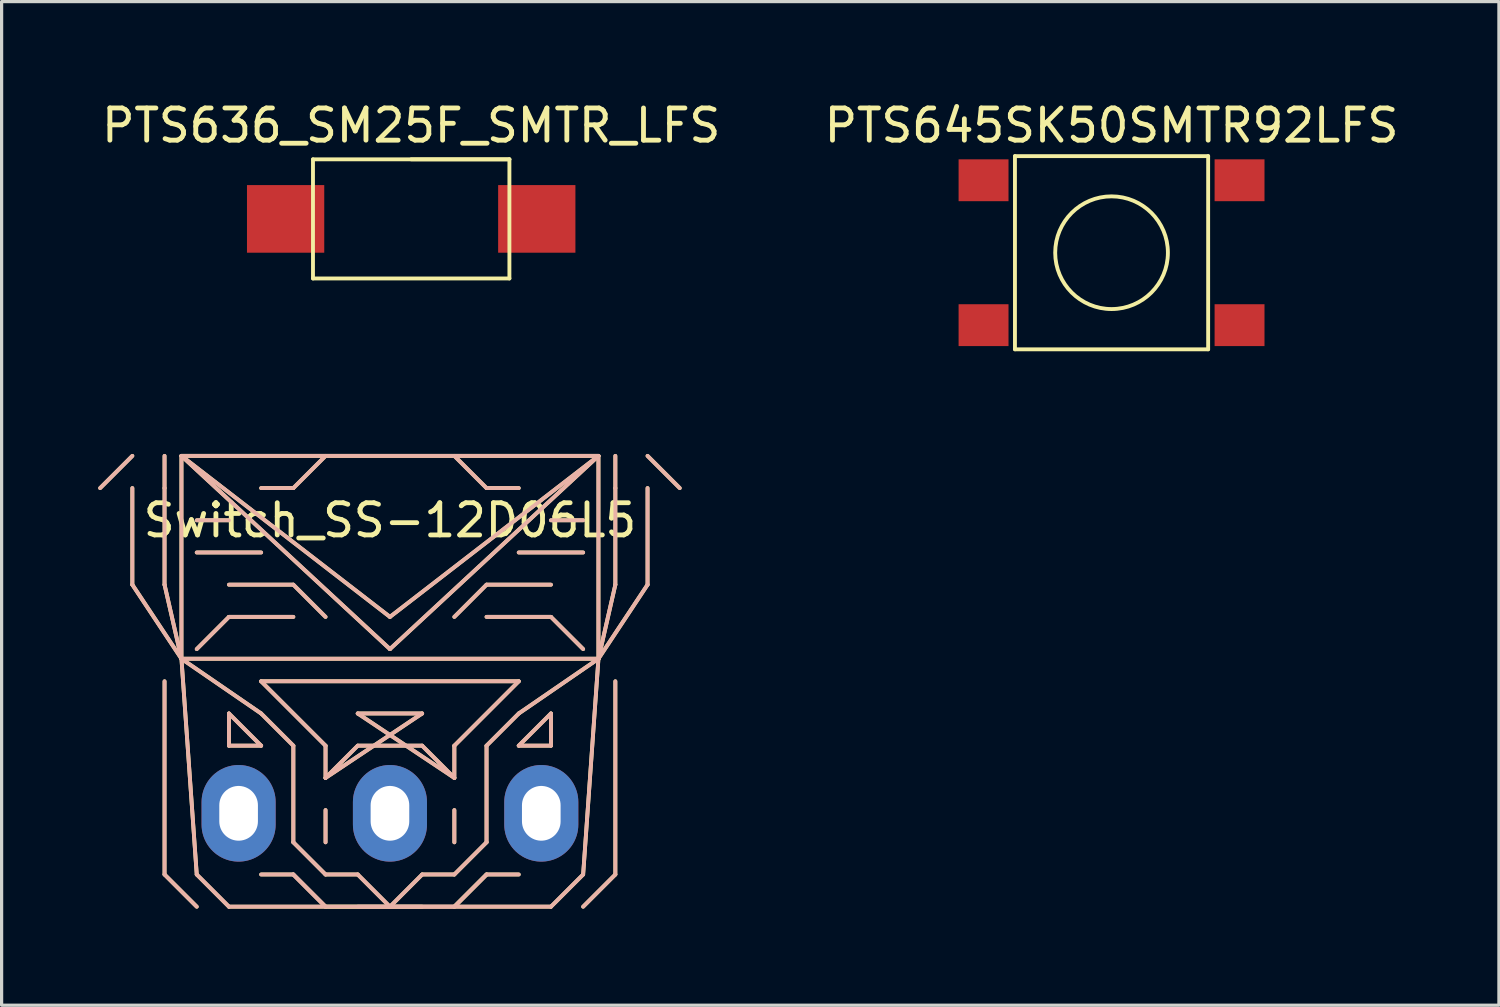
<source format=kicad_pcb>
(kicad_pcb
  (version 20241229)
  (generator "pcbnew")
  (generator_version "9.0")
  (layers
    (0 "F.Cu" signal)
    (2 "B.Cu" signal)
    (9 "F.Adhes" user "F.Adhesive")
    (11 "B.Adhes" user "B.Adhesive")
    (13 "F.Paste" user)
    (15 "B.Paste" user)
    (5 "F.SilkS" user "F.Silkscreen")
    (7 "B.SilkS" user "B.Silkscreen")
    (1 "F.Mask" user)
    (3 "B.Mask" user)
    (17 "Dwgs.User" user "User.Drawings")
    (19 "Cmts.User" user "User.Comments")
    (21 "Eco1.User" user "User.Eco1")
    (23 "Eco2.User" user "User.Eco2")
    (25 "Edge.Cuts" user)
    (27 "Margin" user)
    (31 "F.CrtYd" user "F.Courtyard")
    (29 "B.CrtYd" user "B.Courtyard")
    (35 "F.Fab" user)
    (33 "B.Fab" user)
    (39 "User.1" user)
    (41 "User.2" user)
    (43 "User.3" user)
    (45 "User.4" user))
  (footprint "PTS636_SM25F_SMTR_LFS"
    (layer "F.Cu")
    (at 5.82 3.748)
    (property "Reference" "PTS636_SM25F_SMTR_LFS" (at 3.9 -2.9 0) (layer "F.SilkS") (effects (font (size 1 1) (thickness 0.15))))
    (attr through_hole)
    (fp_line (start 0.85 -1.85) (end 6.95 -1.85) (stroke (width 0.12) (type solid)) (layer "F.SilkS"))
    (fp_line (start 0.85 1.85) (end 0.85 -1.85) (stroke (width 0.12) (type solid)) (layer "F.SilkS"))
    (fp_line (start 3.9 -1.85) (end 6.95 -1.85) (stroke (width 0.12) (type solid)) (layer "F.SilkS"))
    (fp_line (start 6.95 -1.85) (end 6.95 1.85) (stroke (width 0.12) (type solid)) (layer "F.SilkS"))
    (fp_line (start 6.95 1.85) (end 0.85 1.85) (stroke (width 0.12) (type solid)) (layer "F.SilkS"))
    (pad "1" smd rect (at 0 0 90) (size 2.1 2.4) (layers "F.Cu" "F.Mask" "F.Paste"))
    (pad "2" smd rect (at 7.8 0 90) (size 2.1 2.4) (layers "F.Cu" "F.Mask" "F.Paste")))
  (footprint "Switch_SS-12D06L5"
    (layer "F.Cu")
    (at 9.06 11.108)
    (property "Reference" "Switch_SS-12D06L5" (at 0 2 0) (layer "F.SilkS") (effects (font (size 1 1) (thickness 0.15))))
    (attr through_hole)
    (fp_line (start -9 1) (end -8 0) (stroke (width 0.12) (type solid)) (layer "F.SilkS"))
    (fp_line (start -8 1) (end -8 4) (stroke (width 0.12) (type solid)) (layer "F.SilkS"))
    (fp_line (start -8 4) (end -6.475 6.3) (stroke (width 0.12) (type solid)) (layer "F.SilkS"))
    (fp_line (start -7 1) (end -7 0) (stroke (width 0.12) (type solid)) (layer "F.SilkS"))
    (fp_line (start -7 4) (end -7 1) (stroke (width 0.12) (type solid)) (layer "F.SilkS"))
    (fp_line (start -7 4) (end -6.475 6.3) (stroke (width 0.12) (type solid)) (layer "F.SilkS"))
    (fp_line (start -7 7) (end -7 13) (stroke (width 0.12) (type solid)) (layer "F.SilkS"))
    (fp_line (start -7 13) (end -6 14) (stroke (width 0.12) (type solid)) (layer "F.SilkS"))
    (fp_line (start -6.475 0) (end -6.475 6.3) (stroke (width 0.12) (type solid)) (layer "F.SilkS"))
    (fp_line (start -6.475 0) (end 0 6) (stroke (width 0.12) (type solid)) (layer "F.SilkS"))
    (fp_line (start -6.475 0) (end 6.475 0) (stroke (width 0.12) (type solid)) (layer "F.SilkS"))
    (fp_line (start -6.475 6.3) (end -6 13) (stroke (width 0.12) (type solid)) (layer "F.SilkS"))
    (fp_line (start -6 13) (end -5 14) (stroke (width 0.12) (type solid)) (layer "F.SilkS"))
    (fp_line (start -5 2) (end -6 2) (stroke (width 0.12) (type solid)) (layer "F.SilkS"))
    (fp_line (start -5 5) (end -6 6) (stroke (width 0.12) (type solid)) (layer "F.SilkS"))
    (fp_line (start -5 8) (end -5 9) (stroke (width 0.12) (type solid)) (layer "F.SilkS"))
    (fp_line (start -5 14) (end 0 14) (stroke (width 0.12) (type solid)) (layer "F.SilkS"))
    (fp_line (start -4 1) (end -3 1) (stroke (width 0.12) (type solid)) (layer "F.SilkS"))
    (fp_line (start -4 3) (end -6 3) (stroke (width 0.12) (type solid)) (layer "F.SilkS"))
    (fp_line (start -4 7) (end -2 9) (stroke (width 0.12) (type solid)) (layer "F.SilkS"))
    (fp_line (start -4 8) (end -6.475 6.3) (stroke (width 0.12) (type solid)) (layer "F.SilkS"))
    (fp_line (start -4 9) (end -5 8) (stroke (width 0.12) (type solid)) (layer "F.SilkS"))
    (fp_line (start -4 9) (end -5 9) (stroke (width 0.12) (type solid)) (layer "F.SilkS"))
    (fp_line (start -4 13) (end -3 13) (stroke (width 0.12) (type solid)) (layer "F.SilkS"))
    (fp_line (start -3 1) (end -2 0) (stroke (width 0.12) (type solid)) (layer "F.SilkS"))
    (fp_line (start -3 4) (end -5 4) (stroke (width 0.12) (type solid)) (layer "F.SilkS"))
    (fp_line (start -3 5) (end -5 5) (stroke (width 0.12) (type solid)) (layer "F.SilkS"))
    (fp_line (start -3 9) (end -4 8) (stroke (width 0.12) (type solid)) (layer "F.SilkS"))
    (fp_line (start -3 12) (end -3 9) (stroke (width 0.12) (type solid)) (layer "F.SilkS"))
    (fp_line (start -3 13) (end -2 14) (stroke (width 0.12) (type solid)) (layer "F.SilkS"))
    (fp_line (start -2 5) (end -3 4) (stroke (width 0.12) (type solid)) (layer "F.SilkS"))
    (fp_line (start -2 9) (end -2 10) (stroke (width 0.12) (type solid)) (layer "F.SilkS"))
    (fp_line (start -2 10) (end -1 9) (stroke (width 0.12) (type solid)) (layer "F.SilkS"))
    (fp_line (start -2 10) (end 1 8) (stroke (width 0.12) (type solid)) (layer "F.SilkS"))
    (fp_line (start -2 11) (end -2 12) (stroke (width 0.12) (type solid)) (layer "F.SilkS"))
    (fp_line (start -2 13) (end -3 12) (stroke (width 0.12) (type solid)) (layer "F.SilkS"))
    (fp_line (start -2 14) (end 1 14) (stroke (width 0.12) (type solid)) (layer "F.SilkS"))
    (fp_line (start -1 8) (end 2 10) (stroke (width 0.12) (type solid)) (layer "F.SilkS"))
    (fp_line (start -1 9) (end 1 9) (stroke (width 0.12) (type solid)) (layer "F.SilkS"))
    (fp_line (start -1 13) (end -2 13) (stroke (width 0.12) (type solid)) (layer "F.SilkS"))
    (fp_line (start 0 5) (end -6.475 0) (stroke (width 0.12) (type solid)) (layer "F.SilkS"))
    (fp_line (start 0 6) (end 6.475 0) (stroke (width 0.12) (type solid)) (layer "F.SilkS"))
    (fp_line (start 0 14) (end -1 13) (stroke (width 0.12) (type solid)) (layer "F.SilkS"))
    (fp_line (start 0 14) (end 1 13) (stroke (width 0.12) (type solid)) (layer "F.SilkS"))
    (fp_line (start 1 8) (end -1 8) (stroke (width 0.12) (type solid)) (layer "F.SilkS"))
    (fp_line (start 1 9) (end 2 10) (stroke (width 0.12) (type solid)) (layer "F.SilkS"))
    (fp_line (start 1 13) (end 2 13) (stroke (width 0.12) (type solid)) (layer "F.SilkS"))
    (fp_line (start 2 5) (end 3 4) (stroke (width 0.12) (type solid)) (layer "F.SilkS"))
    (fp_line (start 2 9) (end 4 7) (stroke (width 0.12) (type solid)) (layer "F.SilkS"))
    (fp_line (start 2 10) (end 2 9) (stroke (width 0.12) (type solid)) (layer "F.SilkS"))
    (fp_line (start 2 11) (end 2 12) (stroke (width 0.12) (type solid)) (layer "F.SilkS"))
    (fp_line (start 2 13) (end 3 12) (stroke (width 0.12) (type solid)) (layer "F.SilkS"))
    (fp_line (start 2 14) (end 3 13) (stroke (width 0.12) (type solid)) (layer "F.SilkS"))
    (fp_line (start 3 1) (end 2 0) (stroke (width 0.12) (type solid)) (layer "F.SilkS"))
    (fp_line (start 3 4) (end 5 4) (stroke (width 0.12) (type solid)) (layer "F.SilkS"))
    (fp_line (start 3 5) (end 5 5) (stroke (width 0.12) (type solid)) (layer "F.SilkS"))
    (fp_line (start 3 9) (end 4 8) (stroke (width 0.12) (type solid)) (layer "F.SilkS"))
    (fp_line (start 3 12) (end 3 9) (stroke (width 0.12) (type solid)) (layer "F.SilkS"))
    (fp_line (start 3 13) (end 2 14) (stroke (width 0.12) (type solid)) (layer "F.SilkS"))
    (fp_line (start 4 1) (end 3 1) (stroke (width 0.12) (type solid)) (layer "F.SilkS"))
    (fp_line (start 4 3) (end 6 3) (stroke (width 0.12) (type solid)) (layer "F.SilkS"))
    (fp_line (start 4 7) (end -4 7) (stroke (width 0.12) (type solid)) (layer "F.SilkS"))
    (fp_line (start 4 8) (end 6.475 6.3) (stroke (width 0.12) (type solid)) (layer "F.SilkS"))
    (fp_line (start 4 9) (end 5 9) (stroke (width 0.12) (type solid)) (layer "F.SilkS"))
    (fp_line (start 4 13) (end 3 13) (stroke (width 0.12) (type solid)) (layer "F.SilkS"))
    (fp_line (start 5 2) (end 6 2) (stroke (width 0.12) (type solid)) (layer "F.SilkS"))
    (fp_line (start 5 5) (end 6 6) (stroke (width 0.12) (type solid)) (layer "F.SilkS"))
    (fp_line (start 5 8) (end 4 9) (stroke (width 0.12) (type solid)) (layer "F.SilkS"))
    (fp_line (start 5 9) (end 5 8) (stroke (width 0.12) (type solid)) (layer "F.SilkS"))
    (fp_line (start 5 14) (end 0 14) (stroke (width 0.12) (type solid)) (layer "F.SilkS"))
    (fp_line (start 6 13) (end 5 14) (stroke (width 0.12) (type solid)) (layer "F.SilkS"))
    (fp_line (start 6 14) (end 7 13) (stroke (width 0.12) (type solid)) (layer "F.SilkS"))
    (fp_line (start 6.475 0) (end 0 5) (stroke (width 0.12) (type solid)) (layer "F.SilkS"))
    (fp_line (start 6.475 0) (end 6.475 6.3) (stroke (width 0.12) (type solid)) (layer "F.SilkS"))
    (fp_line (start 6.475 6.3) (end -6.475 6.3) (stroke (width 0.12) (type solid)) (layer "F.SilkS"))
    (fp_line (start 6.475 6.3) (end 6 13) (stroke (width 0.12) (type solid)) (layer "F.SilkS"))
    (fp_line (start 7 0) (end 7 1) (stroke (width 0.12) (type solid)) (layer "F.SilkS"))
    (fp_line (start 7 1) (end 7 4) (stroke (width 0.12) (type solid)) (layer "F.SilkS"))
    (fp_line (start 7 4) (end 6.475 6.3) (stroke (width 0.12) (type solid)) (layer "F.SilkS"))
    (fp_line (start 7 7) (end 7 13) (stroke (width 0.12) (type solid)) (layer "F.SilkS"))
    (fp_line (start 8 1) (end 8 4) (stroke (width 0.12) (type solid)) (layer "F.SilkS"))
    (fp_line (start 8 4) (end 6.475 6.3) (stroke (width 0.12) (type solid)) (layer "F.SilkS"))
    (fp_line (start 9 1) (end 8 0) (stroke (width 0.12) (type solid)) (layer "F.SilkS"))
    (fp_line (start -9 1) (end -8 0) (stroke (width 0.12) (type solid)) (layer "B.SilkS"))
    (fp_line (start -8 1) (end -8 4) (stroke (width 0.12) (type solid)) (layer "B.SilkS"))
    (fp_line (start -8 4) (end -6.475 6.3) (stroke (width 0.12) (type solid)) (layer "B.SilkS"))
    (fp_line (start -7 0) (end -7 1) (stroke (width 0.12) (type solid)) (layer "B.SilkS"))
    (fp_line (start -7 1) (end -7 4) (stroke (width 0.12) (type solid)) (layer "B.SilkS"))
    (fp_line (start -7 4) (end -6.475 6.3) (stroke (width 0.12) (type solid)) (layer "B.SilkS"))
    (fp_line (start -7 7) (end -7 13) (stroke (width 0.12) (type solid)) (layer "B.SilkS"))
    (fp_line (start -6.475 0) (end -6.475 6.3) (stroke (width 0.12) (type solid)) (layer "B.SilkS"))
    (fp_line (start -6.475 0) (end 0 5) (stroke (width 0.12) (type solid)) (layer "B.SilkS"))
    (fp_line (start -6.475 6.3) (end -6 13) (stroke (width 0.12) (type solid)) (layer "B.SilkS"))
    (fp_line (start -6.475 6.3) (end 6.475 6.3) (stroke (width 0.12) (type solid)) (layer "B.SilkS"))
    (fp_line (start -6 13) (end -5 14) (stroke (width 0.12) (type solid)) (layer "B.SilkS"))
    (fp_line (start -6 14) (end -7 13) (stroke (width 0.12) (type solid)) (layer "B.SilkS"))
    (fp_line (start -5 2) (end -6 2) (stroke (width 0.12) (type solid)) (layer "B.SilkS"))
    (fp_line (start -5 5) (end -6 6) (stroke (width 0.12) (type solid)) (layer "B.SilkS"))
    (fp_line (start -5 8) (end -4 9) (stroke (width 0.12) (type solid)) (layer "B.SilkS"))
    (fp_line (start -5 9) (end -5 8) (stroke (width 0.12) (type solid)) (layer "B.SilkS"))
    (fp_line (start -5 14) (end 0 14) (stroke (width 0.12) (type solid)) (layer "B.SilkS"))
    (fp_line (start -4 1) (end -3 1) (stroke (width 0.12) (type solid)) (layer "B.SilkS"))
    (fp_line (start -4 3) (end -6 3) (stroke (width 0.12) (type solid)) (layer "B.SilkS"))
    (fp_line (start -4 7) (end 4 7) (stroke (width 0.12) (type solid)) (layer "B.SilkS"))
    (fp_line (start -4 8) (end -6.475 6.3) (stroke (width 0.12) (type solid)) (layer "B.SilkS"))
    (fp_line (start -4 9) (end -5 9) (stroke (width 0.12) (type solid)) (layer "B.SilkS"))
    (fp_line (start -4 13) (end -3 13) (stroke (width 0.12) (type solid)) (layer "B.SilkS"))
    (fp_line (start -3 1) (end -2 0) (stroke (width 0.12) (type solid)) (layer "B.SilkS"))
    (fp_line (start -3 4) (end -5 4) (stroke (width 0.12) (type solid)) (layer "B.SilkS"))
    (fp_line (start -3 5) (end -5 5) (stroke (width 0.12) (type solid)) (layer "B.SilkS"))
    (fp_line (start -3 9) (end -4 8) (stroke (width 0.12) (type solid)) (layer "B.SilkS"))
    (fp_line (start -3 12) (end -3 9) (stroke (width 0.12) (type solid)) (layer "B.SilkS"))
    (fp_line (start -3 13) (end -2 14) (stroke (width 0.12) (type solid)) (layer "B.SilkS"))
    (fp_line (start -2 5) (end -3 4) (stroke (width 0.12) (type solid)) (layer "B.SilkS"))
    (fp_line (start -2 9) (end -4 7) (stroke (width 0.12) (type solid)) (layer "B.SilkS"))
    (fp_line (start -2 10) (end -2 9) (stroke (width 0.12) (type solid)) (layer "B.SilkS"))
    (fp_line (start -2 11) (end -2 12) (stroke (width 0.12) (type solid)) (layer "B.SilkS"))
    (fp_line (start -2 13) (end -3 12) (stroke (width 0.12) (type solid)) (layer "B.SilkS"))
    (fp_line (start -2 14) (end -3 13) (stroke (width 0.12) (type solid)) (layer "B.SilkS"))
    (fp_line (start -1 8) (end 1 8) (stroke (width 0.12) (type solid)) (layer "B.SilkS"))
    (fp_line (start -1 9) (end -2 10) (stroke (width 0.12) (type solid)) (layer "B.SilkS"))
    (fp_line (start -1 13) (end -2 13) (stroke (width 0.12) (type solid)) (layer "B.SilkS"))
    (fp_line (start 0 5) (end 6.475 0) (stroke (width 0.12) (type solid)) (layer "B.SilkS"))
    (fp_line (start 0 6) (end -6.475 0) (stroke (width 0.12) (type solid)) (layer "B.SilkS"))
    (fp_line (start 0 14) (end -1 13) (stroke (width 0.12) (type solid)) (layer "B.SilkS"))
    (fp_line (start 0 14) (end 1 13) (stroke (width 0.12) (type solid)) (layer "B.SilkS"))
    (fp_line (start 1 8) (end -2 10) (stroke (width 0.12) (type solid)) (layer "B.SilkS"))
    (fp_line (start 1 9) (end -1 9) (stroke (width 0.12) (type solid)) (layer "B.SilkS"))
    (fp_line (start 1 13) (end 2 13) (stroke (width 0.12) (type solid)) (layer "B.SilkS"))
    (fp_line (start 2 5) (end 3 4) (stroke (width 0.12) (type solid)) (layer "B.SilkS"))
    (fp_line (start 2 9) (end 2 10) (stroke (width 0.12) (type solid)) (layer "B.SilkS"))
    (fp_line (start 2 10) (end -1 8) (stroke (width 0.12) (type solid)) (layer "B.SilkS"))
    (fp_line (start 2 10) (end 1 9) (stroke (width 0.12) (type solid)) (layer "B.SilkS"))
    (fp_line (start 2 11) (end 2 12) (stroke (width 0.12) (type solid)) (layer "B.SilkS"))
    (fp_line (start 2 13) (end 3 12) (stroke (width 0.12) (type solid)) (layer "B.SilkS"))
    (fp_line (start 2 14) (end -1 14) (stroke (width 0.12) (type solid)) (layer "B.SilkS"))
    (fp_line (start 3 1) (end 2 0) (stroke (width 0.12) (type solid)) (layer "B.SilkS"))
    (fp_line (start 3 4) (end 5 4) (stroke (width 0.12) (type solid)) (layer "B.SilkS"))
    (fp_line (start 3 5) (end 5 5) (stroke (width 0.12) (type solid)) (layer "B.SilkS"))
    (fp_line (start 3 9) (end 4 8) (stroke (width 0.12) (type solid)) (layer "B.SilkS"))
    (fp_line (start 3 12) (end 3 9) (stroke (width 0.12) (type solid)) (layer "B.SilkS"))
    (fp_line (start 3 13) (end 2 14) (stroke (width 0.12) (type solid)) (layer "B.SilkS"))
    (fp_line (start 4 1) (end 3 1) (stroke (width 0.12) (type solid)) (layer "B.SilkS"))
    (fp_line (start 4 3) (end 6 3) (stroke (width 0.12) (type solid)) (layer "B.SilkS"))
    (fp_line (start 4 7) (end 2 9) (stroke (width 0.12) (type solid)) (layer "B.SilkS"))
    (fp_line (start 4 8) (end 6.475 6.3) (stroke (width 0.12) (type solid)) (layer "B.SilkS"))
    (fp_line (start 4 9) (end 5 8) (stroke (width 0.12) (type solid)) (layer "B.SilkS"))
    (fp_line (start 4 13) (end 3 13) (stroke (width 0.12) (type solid)) (layer "B.SilkS"))
    (fp_line (start 5 2) (end 6 2) (stroke (width 0.12) (type solid)) (layer "B.SilkS"))
    (fp_line (start 5 5) (end 6 6) (stroke (width 0.12) (type solid)) (layer "B.SilkS"))
    (fp_line (start 5 8) (end 5 9) (stroke (width 0.12) (type solid)) (layer "B.SilkS"))
    (fp_line (start 5 9) (end 4 9) (stroke (width 0.12) (type solid)) (layer "B.SilkS"))
    (fp_line (start 5 14) (end 0 14) (stroke (width 0.12) (type solid)) (layer "B.SilkS"))
    (fp_line (start 6 13) (end 5 14) (stroke (width 0.12) (type solid)) (layer "B.SilkS"))
    (fp_line (start 6.475 0) (end -6.475 0) (stroke (width 0.12) (type solid)) (layer "B.SilkS"))
    (fp_line (start 6.475 0) (end 0 6) (stroke (width 0.12) (type solid)) (layer "B.SilkS"))
    (fp_line (start 6.475 0) (end 6.475 6.3) (stroke (width 0.12) (type solid)) (layer "B.SilkS"))
    (fp_line (start 6.475 6.3) (end 6 13) (stroke (width 0.12) (type solid)) (layer "B.SilkS"))
    (fp_line (start 7 1) (end 7 0) (stroke (width 0.12) (type solid)) (layer "B.SilkS"))
    (fp_line (start 7 4) (end 6.475 6.3) (stroke (width 0.12) (type solid)) (layer "B.SilkS"))
    (fp_line (start 7 4) (end 7 1) (stroke (width 0.12) (type solid)) (layer "B.SilkS"))
    (fp_line (start 7 7) (end 7 13) (stroke (width 0.12) (type solid)) (layer "B.SilkS"))
    (fp_line (start 7 13) (end 6 14) (stroke (width 0.12) (type solid)) (layer "B.SilkS"))
    (fp_line (start 8 1) (end 8 4) (stroke (width 0.12) (type solid)) (layer "B.SilkS"))
    (fp_line (start 8 4) (end 6.475 6.3) (stroke (width 0.12) (type solid)) (layer "B.SilkS"))
    (fp_line (start 9 1) (end 8 0) (stroke (width 0.12) (type solid)) (layer "B.SilkS"))
    (pad "1" thru_hole oval (at -4.7 11.1) (size 2.3 3) (drill oval 1.2 1.7) (layers "*.Cu" "*.Mask"))
    (pad "2" thru_hole oval (at 0 11.1) (size 2.3 3) (drill oval 1.2 1.7) (layers "*.Cu" "*.Mask"))
    (pad "3" thru_hole oval (at 4.7 11.1) (size 2.3 3) (drill oval 1.2 1.7) (layers "*.Cu" "*.Mask")))
  (footprint "PTS645SK50SMTR92LFS"
    (layer "F.Cu")
    (at 31.47 4.798)
    (property "Reference" "PTS645SK50SMTR92LFS" (at 0 -3.95 0) (layer "F.SilkS") (effects (font (size 1 1) (thickness 0.15))))
    (attr through_hole)
    (fp_line (start -3 -3) (end 3 -3) (stroke (width 0.12) (type solid)) (layer "F.SilkS"))
    (fp_line (start -3 3) (end -3 -3) (stroke (width 0.12) (type solid)) (layer "F.SilkS"))
    (fp_line (start 3 -3) (end 3 3) (stroke (width 0.12) (type solid)) (layer "F.SilkS"))
    (fp_line (start 3 3) (end -3 3) (stroke (width 0.12) (type solid)) (layer "F.SilkS"))
    (fp_circle (center 0 0) (end 1.75 0) (stroke (width 0.12) (type solid)) (fill no) (layer "F.SilkS"))
    (pad "1" smd rect (at -3.975 -2.25) (size 1.55 1.3) (layers "F.Cu" "F.Mask" "F.Paste"))
    (pad "2" smd rect (at -3.975 2.25) (size 1.55 1.3) (layers "F.Cu" "F.Mask" "F.Paste"))
    (pad "3" smd rect (at 3.975 -2.25) (size 1.55 1.3) (layers "F.Cu" "F.Mask" "F.Paste"))
    (pad "4" smd rect (at 3.975 2.25) (size 1.55 1.3) (layers "F.Cu" "F.Mask" "F.Paste")))
  (gr_rect
    (start -3 -3)
    (end 43.5 28.168)
    (stroke (width 0.1) (type default))
    (fill no)
    (layer "Edge.Cuts")))
</source>
